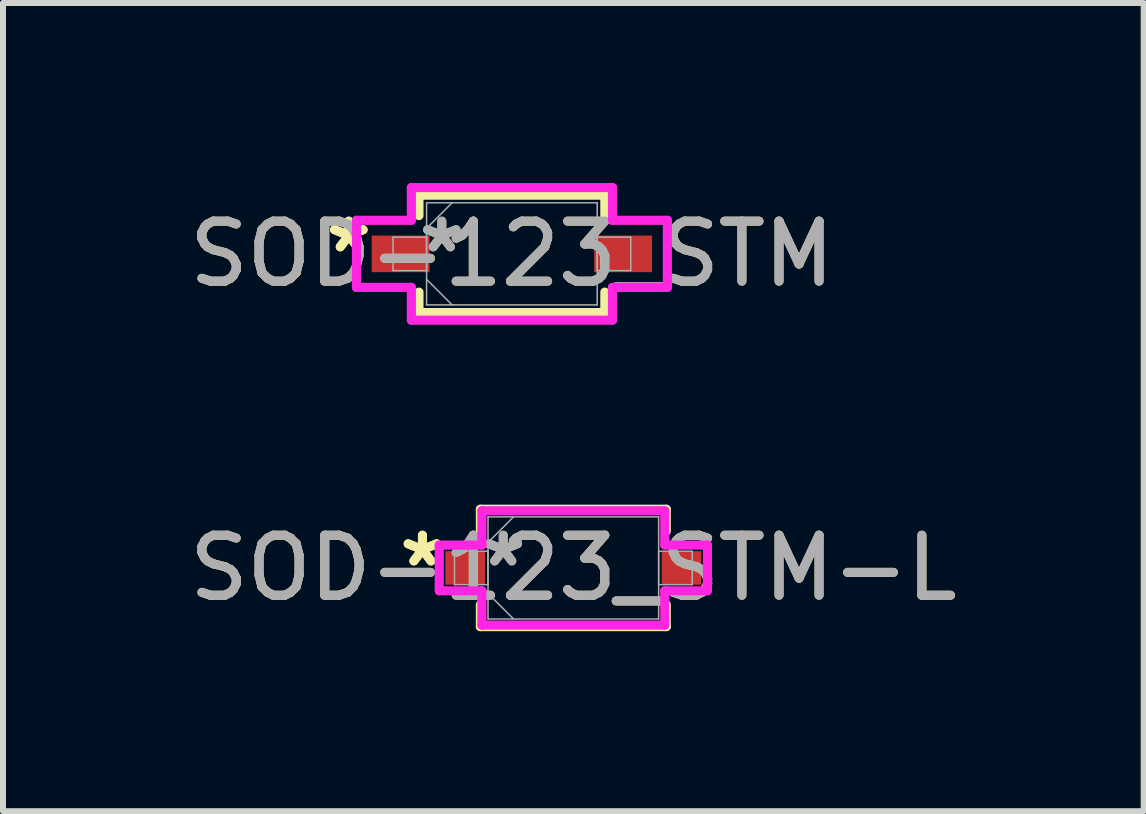
<source format=kicad_pcb>
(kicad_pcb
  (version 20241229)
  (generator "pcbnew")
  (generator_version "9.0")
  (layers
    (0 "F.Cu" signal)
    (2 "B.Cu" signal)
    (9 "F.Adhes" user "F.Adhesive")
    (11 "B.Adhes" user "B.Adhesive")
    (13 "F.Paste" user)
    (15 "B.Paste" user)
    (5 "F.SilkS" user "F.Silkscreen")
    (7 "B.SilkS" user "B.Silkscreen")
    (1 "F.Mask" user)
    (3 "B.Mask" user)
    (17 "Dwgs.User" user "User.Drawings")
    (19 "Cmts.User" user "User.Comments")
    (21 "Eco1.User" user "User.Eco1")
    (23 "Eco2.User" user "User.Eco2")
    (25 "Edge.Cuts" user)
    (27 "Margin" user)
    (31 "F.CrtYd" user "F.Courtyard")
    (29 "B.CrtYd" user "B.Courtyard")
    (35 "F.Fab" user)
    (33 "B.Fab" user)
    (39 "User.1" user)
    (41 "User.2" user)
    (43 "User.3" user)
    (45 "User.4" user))
  (footprint "SOD-123_STM"
    (layer "F.Cu")
    (at 5.482 1.181)
    (property "Reference" "SOD-123_STM" (at 0 0 0) (unlocked yes) (layer "F.SilkS") (effects (font (size 1 1) (thickness 0.15))))
    (attr smd)
    (fp_line (start -1.549 -0.978) (end -1.549 -0.638) (stroke (width 0.152) (type solid)) (layer "F.SilkS"))
    (fp_line (start -1.549 0.638) (end -1.549 0.978) (stroke (width 0.152) (type solid)) (layer "F.SilkS"))
    (fp_line (start -1.549 0.978) (end 1.549 0.978) (stroke (width 0.152) (type solid)) (layer "F.SilkS"))
    (fp_line (start 1.549 -0.978) (end -1.549 -0.978) (stroke (width 0.152) (type solid)) (layer "F.SilkS"))
    (fp_line (start 1.549 -0.638) (end 1.549 -0.978) (stroke (width 0.152) (type solid)) (layer "F.SilkS"))
    (fp_line (start 1.549 0.978) (end 1.549 0.638) (stroke (width 0.152) (type solid)) (layer "F.SilkS"))
    (fp_line (start -2.591 -0.559) (end -1.676 -0.559) (stroke (width 0.152) (type solid)) (layer "F.CrtYd"))
    (fp_line (start -2.591 0.559) (end -2.591 -0.559) (stroke (width 0.152) (type solid)) (layer "F.CrtYd"))
    (fp_line (start -1.676 -1.105) (end 1.676 -1.105) (stroke (width 0.152) (type solid)) (layer "F.CrtYd"))
    (fp_line (start -1.676 -0.559) (end -1.676 -1.105) (stroke (width 0.152) (type solid)) (layer "F.CrtYd"))
    (fp_line (start -1.676 0.559) (end -2.591 0.559) (stroke (width 0.152) (type solid)) (layer "F.CrtYd"))
    (fp_line (start -1.676 1.105) (end -1.676 0.559) (stroke (width 0.152) (type solid)) (layer "F.CrtYd"))
    (fp_line (start 1.676 -1.105) (end 1.676 -0.559) (stroke (width 0.152) (type solid)) (layer "F.CrtYd"))
    (fp_line (start 1.676 -0.559) (end 2.591 -0.559) (stroke (width 0.152) (type solid)) (layer "F.CrtYd"))
    (fp_line (start 1.676 0.559) (end 1.676 1.105) (stroke (width 0.152) (type solid)) (layer "F.CrtYd"))
    (fp_line (start 1.676 1.105) (end -1.676 1.105) (stroke (width 0.152) (type solid)) (layer "F.CrtYd"))
    (fp_line (start 2.591 -0.559) (end 2.591 0.559) (stroke (width 0.152) (type solid)) (layer "F.CrtYd"))
    (fp_line (start 2.591 0.559) (end 1.676 0.559) (stroke (width 0.152) (type solid)) (layer "F.CrtYd"))
    (fp_line (start -1.981 -0.279) (end -1.981 0.279) (stroke (width 0.025) (type solid)) (layer "F.Fab"))
    (fp_line (start -1.981 0.279) (end -1.422 0.279) (stroke (width 0.025) (type solid)) (layer "F.Fab"))
    (fp_line (start -1.422 -0.851) (end -1.422 0.851) (stroke (width 0.025) (type solid)) (layer "F.Fab"))
    (fp_line (start -1.422 -0.425) (end -0.997 -0.851) (stroke (width 0.025) (type solid)) (layer "F.Fab"))
    (fp_line (start -1.422 -0.279) (end -1.981 -0.279) (stroke (width 0.025) (type solid)) (layer "F.Fab"))
    (fp_line (start -1.422 0.279) (end -1.422 -0.279) (stroke (width 0.025) (type solid)) (layer "F.Fab"))
    (fp_line (start -1.422 0.425) (end -0.997 0.851) (stroke (width 0.025) (type solid)) (layer "F.Fab"))
    (fp_line (start -1.422 0.851) (end 1.422 0.851) (stroke (width 0.025) (type solid)) (layer "F.Fab"))
    (fp_line (start 1.422 -0.851) (end -1.422 -0.851) (stroke (width 0.025) (type solid)) (layer "F.Fab"))
    (fp_line (start 1.422 -0.279) (end 1.422 0.279) (stroke (width 0.025) (type solid)) (layer "F.Fab"))
    (fp_line (start 1.422 0.279) (end 1.981 0.279) (stroke (width 0.025) (type solid)) (layer "F.Fab"))
    (fp_line (start 1.422 0.851) (end 1.422 -0.851) (stroke (width 0.025) (type solid)) (layer "F.Fab"))
    (fp_line (start 1.981 -0.279) (end 1.422 -0.279) (stroke (width 0.025) (type solid)) (layer "F.Fab"))
    (fp_line (start 1.981 0.279) (end 1.981 -0.279) (stroke (width 0.025) (type solid)) (layer "F.Fab"))
    (fp_text user "*" (at -2.718 0 0) (layer "F.SilkS") (effects (font (size 1 1) (thickness 0.15))))
    (fp_text user "*" (at -2.718 0 0) (unlocked yes) (layer "F.SilkS") (effects (font (size 1 1) (thickness 0.15))))
    (fp_text user "*" (at -1.168 0 0) (unlocked yes) (layer "F.Fab") (effects (font (size 1 1) (thickness 0.15))))
    (fp_text user "${REFERENCE}" (at 0 0 0) (unlocked yes) (layer "F.Fab") (effects (font (size 1 1) (thickness 0.15))))
    (fp_text user "*" (at -1.168 0 0) (layer "F.Fab") (effects (font (size 1 1) (thickness 0.15))))
    (pad "1" smd rect (at -1.854 0) (size 0.965 0.61) (layers "F.Cu" "F.Mask" "F.Paste"))
    (pad "2" smd rect (at 1.854 0) (size 0.965 0.61) (layers "F.Cu" "F.Mask" "F.Paste")))
  (footprint "SOD-123_STM-L"
    (layer "F.Cu")
    (at 6.506 6.416)
    (property "Reference" "SOD-123_STM-L" (at 0 0 0) (unlocked yes) (layer "F.SilkS") (effects (font (size 1 1) (thickness 0.15))))
    (attr smd)
    (fp_line (start -1.549 -0.978) (end -1.549 -0.612) (stroke (width 0.152) (type solid)) (layer "F.SilkS"))
    (fp_line (start -1.549 0.612) (end -1.549 0.978) (stroke (width 0.152) (type solid)) (layer "F.SilkS"))
    (fp_line (start -1.549 0.978) (end 1.549 0.978) (stroke (width 0.152) (type solid)) (layer "F.SilkS"))
    (fp_line (start 1.549 -0.978) (end -1.549 -0.978) (stroke (width 0.152) (type solid)) (layer "F.SilkS"))
    (fp_line (start 1.549 -0.612) (end 1.549 -0.978) (stroke (width 0.152) (type solid)) (layer "F.SilkS"))
    (fp_line (start 1.549 0.978) (end 1.549 0.612) (stroke (width 0.152) (type solid)) (layer "F.SilkS"))
    (fp_line (start -2.235 -0.381) (end -1.524 -0.381) (stroke (width 0.152) (type solid)) (layer "F.CrtYd"))
    (fp_line (start -2.235 0.381) (end -2.235 -0.381) (stroke (width 0.152) (type solid)) (layer "F.CrtYd"))
    (fp_line (start -1.524 -0.953) (end 1.524 -0.953) (stroke (width 0.152) (type solid)) (layer "F.CrtYd"))
    (fp_line (start -1.524 -0.381) (end -1.524 -0.953) (stroke (width 0.152) (type solid)) (layer "F.CrtYd"))
    (fp_line (start -1.524 0.381) (end -2.235 0.381) (stroke (width 0.152) (type solid)) (layer "F.CrtYd"))
    (fp_line (start -1.524 0.953) (end -1.524 0.381) (stroke (width 0.152) (type solid)) (layer "F.CrtYd"))
    (fp_line (start 1.524 -0.953) (end 1.524 -0.381) (stroke (width 0.152) (type solid)) (layer "F.CrtYd"))
    (fp_line (start 1.524 -0.381) (end 2.235 -0.381) (stroke (width 0.152) (type solid)) (layer "F.CrtYd"))
    (fp_line (start 1.524 0.381) (end 1.524 0.953) (stroke (width 0.152) (type solid)) (layer "F.CrtYd"))
    (fp_line (start 1.524 0.953) (end -1.524 0.953) (stroke (width 0.152) (type solid)) (layer "F.CrtYd"))
    (fp_line (start 2.235 -0.381) (end 2.235 0.381) (stroke (width 0.152) (type solid)) (layer "F.CrtYd"))
    (fp_line (start 2.235 0.381) (end 1.524 0.381) (stroke (width 0.152) (type solid)) (layer "F.CrtYd"))
    (fp_line (start -1.981 -0.279) (end -1.981 0.279) (stroke (width 0.025) (type solid)) (layer "F.Fab"))
    (fp_line (start -1.981 0.279) (end -1.422 0.279) (stroke (width 0.025) (type solid)) (layer "F.Fab"))
    (fp_line (start -1.422 -0.851) (end -1.422 0.851) (stroke (width 0.025) (type solid)) (layer "F.Fab"))
    (fp_line (start -1.422 -0.425) (end -0.997 -0.851) (stroke (width 0.025) (type solid)) (layer "F.Fab"))
    (fp_line (start -1.422 -0.279) (end -1.981 -0.279) (stroke (width 0.025) (type solid)) (layer "F.Fab"))
    (fp_line (start -1.422 0.279) (end -1.422 -0.279) (stroke (width 0.025) (type solid)) (layer "F.Fab"))
    (fp_line (start -1.422 0.425) (end -0.997 0.851) (stroke (width 0.025) (type solid)) (layer "F.Fab"))
    (fp_line (start -1.422 0.851) (end 1.422 0.851) (stroke (width 0.025) (type solid)) (layer "F.Fab"))
    (fp_line (start 1.422 -0.851) (end -1.422 -0.851) (stroke (width 0.025) (type solid)) (layer "F.Fab"))
    (fp_line (start 1.422 -0.279) (end 1.422 0.279) (stroke (width 0.025) (type solid)) (layer "F.Fab"))
    (fp_line (start 1.422 0.279) (end 1.981 0.279) (stroke (width 0.025) (type solid)) (layer "F.Fab"))
    (fp_line (start 1.422 0.851) (end 1.422 -0.851) (stroke (width 0.025) (type solid)) (layer "F.Fab"))
    (fp_line (start 1.981 -0.279) (end 1.422 -0.279) (stroke (width 0.025) (type solid)) (layer "F.Fab"))
    (fp_line (start 1.981 0.279) (end 1.981 -0.279) (stroke (width 0.025) (type solid)) (layer "F.Fab"))
    (fp_text user "*" (at -2.515 0 0) (layer "F.SilkS") (effects (font (size 1 1) (thickness 0.15))))
    (fp_text user "*" (at -2.515 0 0) (unlocked yes) (layer "F.SilkS") (effects (font (size 1 1) (thickness 0.15))))
    (fp_text user "*" (at -1.168 0 0) (unlocked yes) (layer "F.Fab") (effects (font (size 1 1) (thickness 0.15))))
    (fp_text user "*" (at -1.168 0 0) (layer "F.Fab") (effects (font (size 1 1) (thickness 0.15))))
    (fp_text user "${REFERENCE}" (at 0 0 0) (unlocked yes) (layer "F.Fab") (effects (font (size 1 1) (thickness 0.15))))
    (pad "1" smd rect (at -1.803 0) (size 0.66 0.559) (layers "F.Cu" "F.Mask" "F.Paste"))
    (pad "2" smd rect (at 1.803 0) (size 0.66 0.559) (layers "F.Cu" "F.Mask" "F.Paste")))
  (gr_rect
    (start -3 -3)
    (end 16.012 10.47)
    (stroke (width 0.1) (type default))
    (fill no)
    (layer "Edge.Cuts")))
</source>
